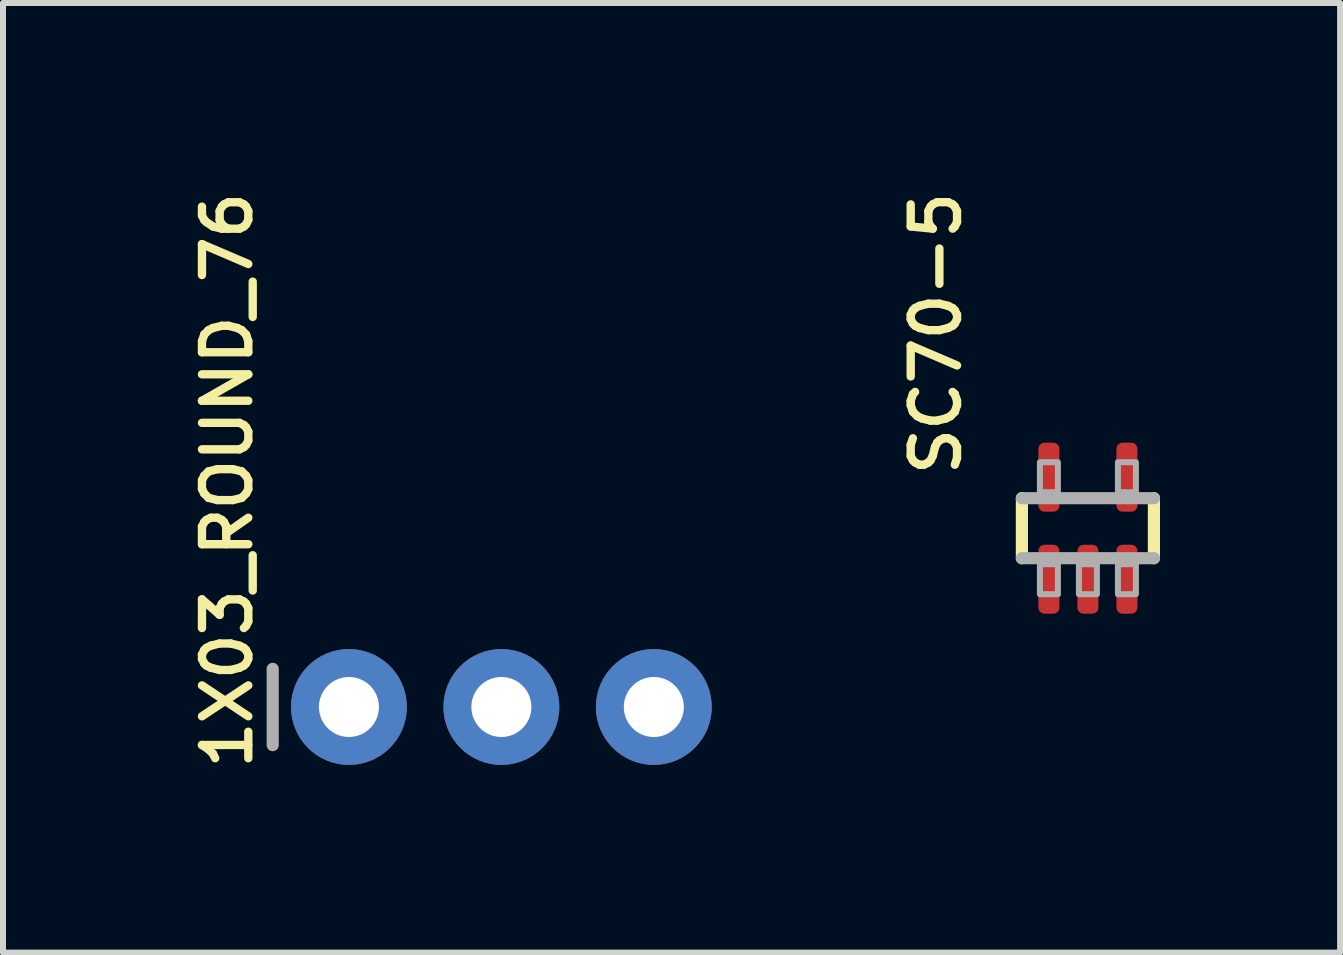
<source format=kicad_pcb>
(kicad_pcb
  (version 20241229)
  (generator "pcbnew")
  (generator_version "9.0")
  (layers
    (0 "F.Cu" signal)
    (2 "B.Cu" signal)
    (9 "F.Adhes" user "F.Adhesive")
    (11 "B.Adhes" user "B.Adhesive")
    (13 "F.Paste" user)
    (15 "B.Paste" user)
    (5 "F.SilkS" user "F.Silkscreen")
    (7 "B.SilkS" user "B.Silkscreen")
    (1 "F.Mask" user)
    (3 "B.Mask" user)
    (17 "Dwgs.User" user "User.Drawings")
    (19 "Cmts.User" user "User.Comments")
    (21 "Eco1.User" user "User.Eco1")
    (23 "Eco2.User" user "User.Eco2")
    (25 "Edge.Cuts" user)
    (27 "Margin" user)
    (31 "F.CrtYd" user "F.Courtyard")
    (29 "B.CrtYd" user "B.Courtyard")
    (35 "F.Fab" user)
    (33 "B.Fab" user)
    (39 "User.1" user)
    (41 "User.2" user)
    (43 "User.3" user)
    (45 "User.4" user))
  (footprint "SC70-5"
    (layer "F.Cu")
    (at 15.077 5.751)
    (property "Reference" "SC70-5" (at -2.079 -0.819 90) (layer "F.SilkS") (effects (font (size 0.772 0.772) (thickness 0.139)) (justify left bottom)))
    (attr through_hole)
    (fp_line (start -1.1 0.5) (end -1.1 -0.5) (stroke (width 0.203) (type solid)) (layer "F.SilkS"))
    (fp_line (start 1.1 -0.5) (end 1.1 0.5) (stroke (width 0.203) (type solid)) (layer "F.SilkS"))
    (fp_line (start -1.1 -0.5) (end 1.1 -0.5) (stroke (width 0.203) (type solid)) (layer "F.Fab"))
    (fp_line (start 1.1 0.5) (end -1.1 0.5) (stroke (width 0.203) (type solid)) (layer "F.Fab"))
    (fp_poly (pts (xy -0.8 -0.6) (xy -0.5 -0.6) (xy -0.5 -1.1) (xy -0.8 -1.1)) (stroke (width 0.1) (type solid)) (fill no) (layer "F.Fab"))
    (fp_poly (pts (xy -0.8 1.1) (xy -0.5 1.1) (xy -0.5 0.6) (xy -0.8 0.6)) (stroke (width 0.1) (type solid)) (fill no) (layer "F.Fab"))
    (fp_poly (pts (xy -0.15 1.1) (xy 0.15 1.1) (xy 0.15 0.6) (xy -0.15 0.6)) (stroke (width 0.1) (type solid)) (fill no) (layer "F.Fab"))
    (fp_poly (pts (xy 0.5 -0.6) (xy 0.8 -0.6) (xy 0.8 -1.1) (xy 0.5 -1.1)) (stroke (width 0.1) (type solid)) (fill no) (layer "F.Fab"))
    (fp_poly (pts (xy 0.5 1.1) (xy 0.8 1.1) (xy 0.8 0.6) (xy 0.5 0.6)) (stroke (width 0.1) (type solid)) (fill no) (layer "F.Fab"))
    (pad "1" smd roundrect (at -0.65 0.85) (size 0.35 1.15) (layers "F.Cu" "F.Mask" "F.Paste") (roundrect_rratio 0.29))
    (pad "2" smd roundrect (at 0 0.85) (size 0.35 1.15) (layers "F.Cu" "F.Mask" "F.Paste") (roundrect_rratio 0.29))
    (pad "3" smd roundrect (at 0.65 0.85) (size 0.35 1.15) (layers "F.Cu" "F.Mask" "F.Paste") (roundrect_rratio 0.29))
    (pad "4" smd roundrect (at 0.65 -0.85) (size 0.35 1.15) (layers "F.Cu" "F.Mask" "F.Paste") (roundrect_rratio 0.29))
    (pad "5" smd roundrect (at -0.65 -0.85) (size 0.35 1.15) (layers "F.Cu" "F.Mask" "F.Paste") (roundrect_rratio 0.29)))
  (footprint "1X03_ROUND_76"
    (layer "F.Cu")
    (at 5.304 8.73)
    (property "Reference" "1X03_ROUND_76" (at -4.115 1.092 90) (layer "F.SilkS") (effects (font (size 0.772 0.772) (thickness 0.139)) (justify left bottom)))
    (attr through_hole)
    (fp_line (start -3.81 -0.635) (end -3.81 0.635) (stroke (width 0.203) (type solid)) (layer "F.Fab"))
    (fp_poly (pts (xy -2.794 0.254) (xy -2.286 0.254) (xy -2.286 -0.254) (xy -2.794 -0.254)) (stroke (width 0.1) (type solid)) (fill no) (layer "F.Fab"))
    (fp_poly (pts (xy -0.254 0.254) (xy 0.254 0.254) (xy 0.254 -0.254) (xy -0.254 -0.254)) (stroke (width 0.1) (type solid)) (fill no) (layer "F.Fab"))
    (fp_poly (pts (xy 2.286 0.254) (xy 2.794 0.254) (xy 2.794 -0.254) (xy 2.286 -0.254)) (stroke (width 0.1) (type solid)) (fill no) (layer "F.Fab"))
    (pad "1" thru_hole circle (at -2.54 0 90) (size 1.93 1.93) (drill 1) (layers "*.Cu" "*.Mask"))
    (pad "2" thru_hole circle (at 0 0 90) (size 1.93 1.93) (drill 1) (layers "*.Cu" "*.Mask"))
    (pad "3" thru_hole circle (at 2.54 0 90) (size 1.93 1.93) (drill 1) (layers "*.Cu" "*.Mask")))
  (gr_rect
    (start -3 -3)
    (end 19.279 12.823)
    (stroke (width 0.1) (type default))
    (fill no)
    (layer "Edge.Cuts")))
</source>
